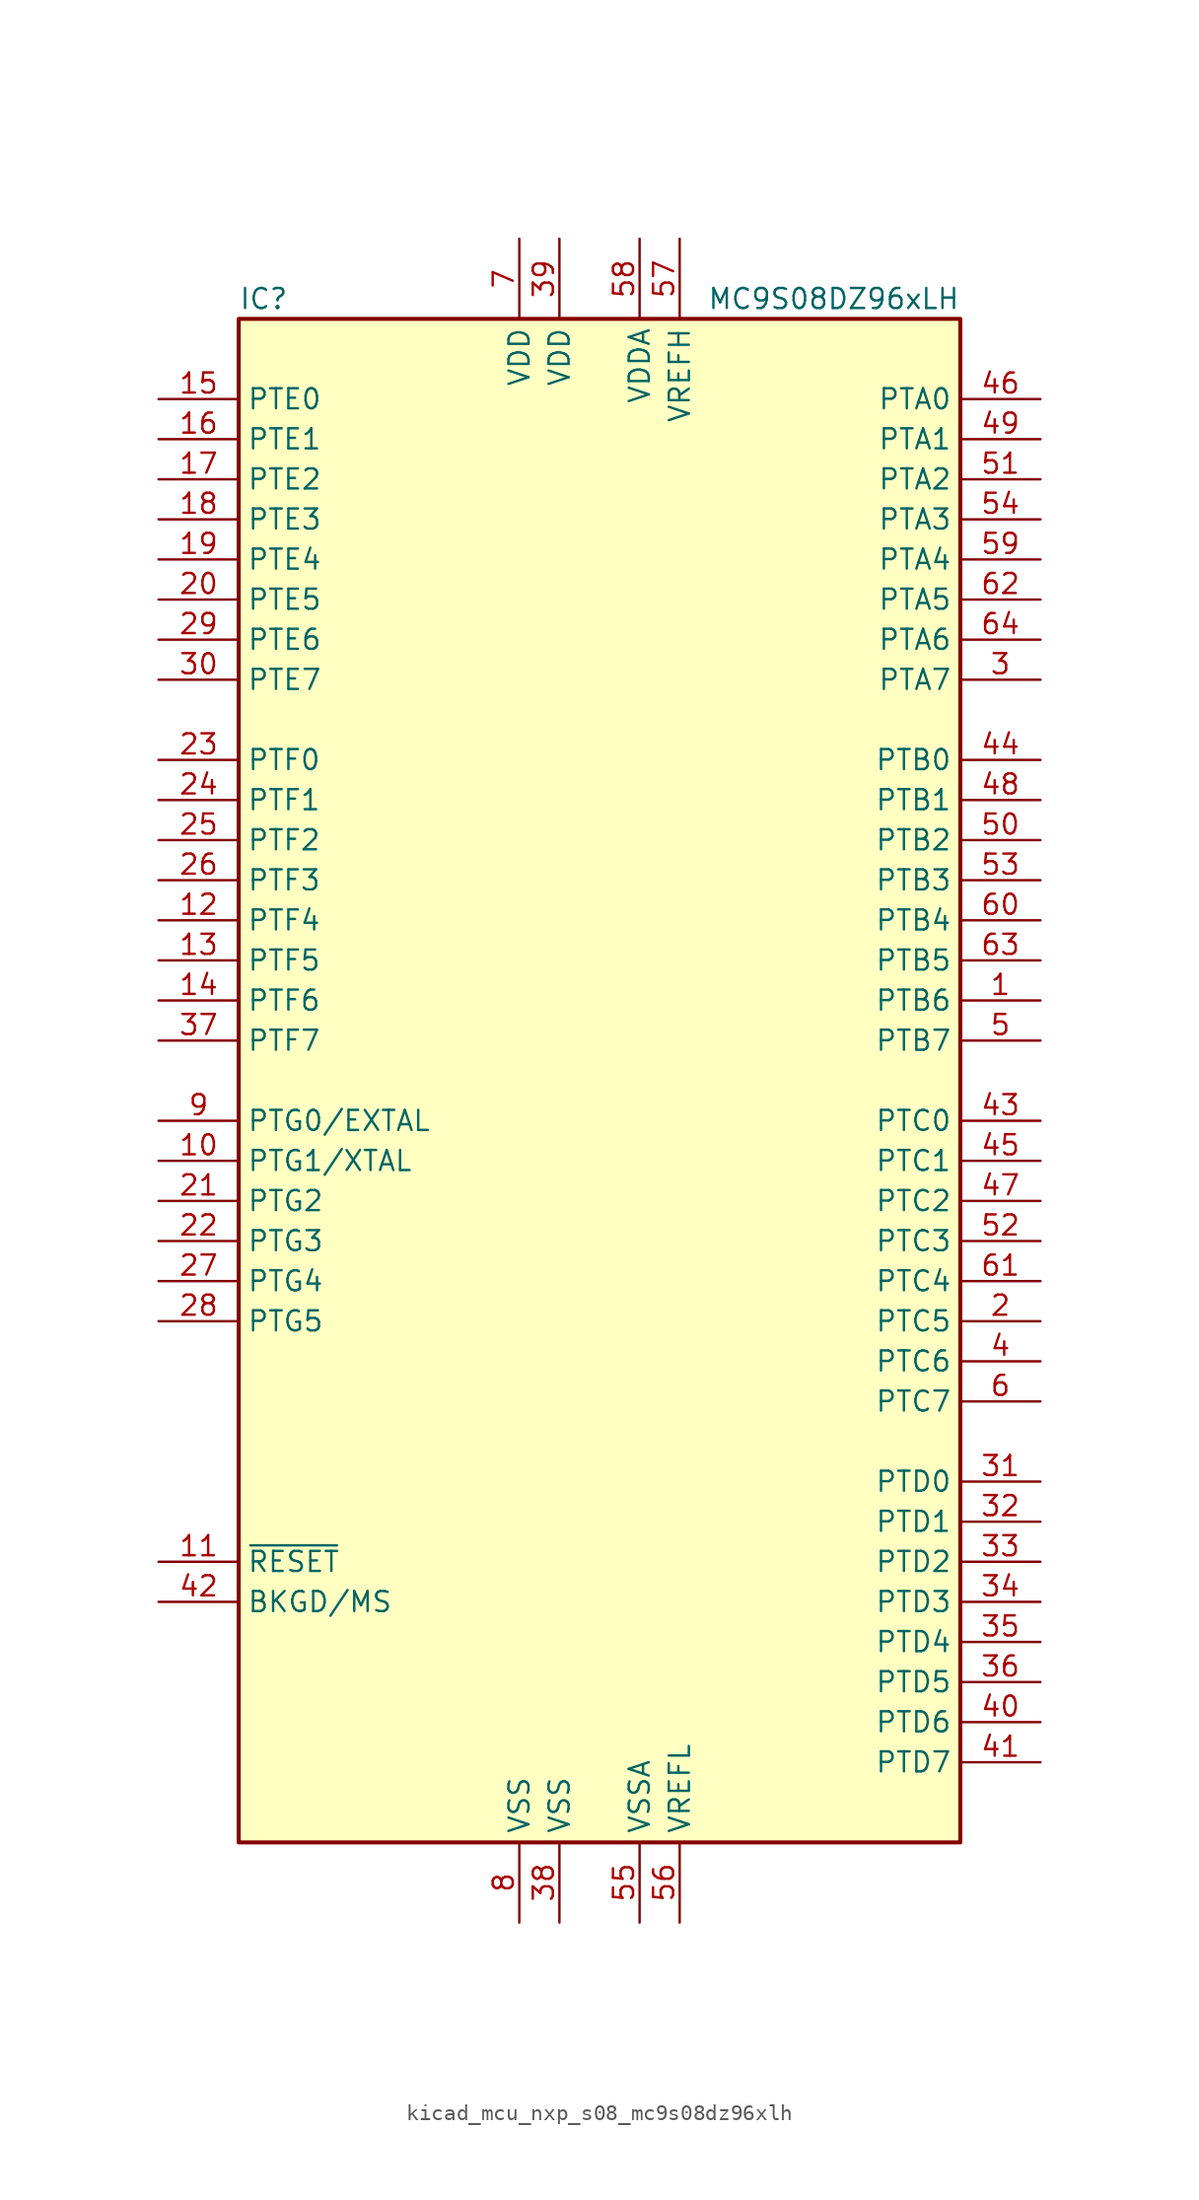
<source format=kicad_sym>
(kicad_symbol_lib
  (version 20220914)
  (generator kicad_symbol_editor)
  (symbol "kicad_mcu_nxp_s08_mc9s08dz96xlh"
    (property "Reference" "IC"
      (at -22.86 49.53 0)
      (effects (font (size 1.27 1.27)) (justify left)))
    (property "Value" "MC9S08DZ96xLH"
      (at 22.86 49.53 0)
      (effects (font (size 1.27 1.27)) (justify right)))
    (symbol "kicad_mcu_nxp_s08_mc9s08dz96xlh_0_1"
      (rectangle (start -22.86 48.26) (end 22.86 -48.26) (stroke (width 0.254) (type default)) (fill (type background))))
    (symbol "kicad_mcu_nxp_s08_mc9s08dz96xlh_1_1"
      (pin bidirectional line (at 27.94 5.08 180) (length 5.08) (name "PTB6" (effects (font (size 1.27 1.27)))) (number "1" (effects (font (size 1.27 1.27)))))
      (pin bidirectional line (at -27.94 -5.08 0) (length 5.08) (name "PTG1/XTAL" (effects (font (size 1.27 1.27)))) (number "10" (effects (font (size 1.27 1.27)))))
      (pin input line (at -27.94 -30.48 0) (length 5.08) (name "~{RESET}" (effects (font (size 1.27 1.27)))) (number "11" (effects (font (size 1.27 1.27)))))
      (pin bidirectional line (at -27.94 10.16 0) (length 5.08) (name "PTF4" (effects (font (size 1.27 1.27)))) (number "12" (effects (font (size 1.27 1.27)))))
      (pin bidirectional line (at -27.94 7.62 0) (length 5.08) (name "PTF5" (effects (font (size 1.27 1.27)))) (number "13" (effects (font (size 1.27 1.27)))))
      (pin bidirectional line (at -27.94 5.08 0) (length 5.08) (name "PTF6" (effects (font (size 1.27 1.27)))) (number "14" (effects (font (size 1.27 1.27)))))
      (pin bidirectional line (at -27.94 43.18 0) (length 5.08) (name "PTE0" (effects (font (size 1.27 1.27)))) (number "15" (effects (font (size 1.27 1.27)))))
      (pin bidirectional line (at -27.94 40.64 0) (length 5.08) (name "PTE1" (effects (font (size 1.27 1.27)))) (number "16" (effects (font (size 1.27 1.27)))))
      (pin bidirectional line (at -27.94 38.1 0) (length 5.08) (name "PTE2" (effects (font (size 1.27 1.27)))) (number "17" (effects (font (size 1.27 1.27)))))
      (pin bidirectional line (at -27.94 35.56 0) (length 5.08) (name "PTE3" (effects (font (size 1.27 1.27)))) (number "18" (effects (font (size 1.27 1.27)))))
      (pin bidirectional line (at -27.94 33.02 0) (length 5.08) (name "PTE4" (effects (font (size 1.27 1.27)))) (number "19" (effects (font (size 1.27 1.27)))))
      (pin bidirectional line (at 27.94 -15.24 180) (length 5.08) (name "PTC5" (effects (font (size 1.27 1.27)))) (number "2" (effects (font (size 1.27 1.27)))))
      (pin bidirectional line (at -27.94 30.48 0) (length 5.08) (name "PTE5" (effects (font (size 1.27 1.27)))) (number "20" (effects (font (size 1.27 1.27)))))
      (pin bidirectional line (at -27.94 -7.62 0) (length 5.08) (name "PTG2" (effects (font (size 1.27 1.27)))) (number "21" (effects (font (size 1.27 1.27)))))
      (pin bidirectional line (at -27.94 -10.16 0) (length 5.08) (name "PTG3" (effects (font (size 1.27 1.27)))) (number "22" (effects (font (size 1.27 1.27)))))
      (pin bidirectional line (at -27.94 20.32 0) (length 5.08) (name "PTF0" (effects (font (size 1.27 1.27)))) (number "23" (effects (font (size 1.27 1.27)))))
      (pin bidirectional line (at -27.94 17.78 0) (length 5.08) (name "PTF1" (effects (font (size 1.27 1.27)))) (number "24" (effects (font (size 1.27 1.27)))))
      (pin bidirectional line (at -27.94 15.24 0) (length 5.08) (name "PTF2" (effects (font (size 1.27 1.27)))) (number "25" (effects (font (size 1.27 1.27)))))
      (pin bidirectional line (at -27.94 12.7 0) (length 5.08) (name "PTF3" (effects (font (size 1.27 1.27)))) (number "26" (effects (font (size 1.27 1.27)))))
      (pin bidirectional line (at -27.94 -12.7 0) (length 5.08) (name "PTG4" (effects (font (size 1.27 1.27)))) (number "27" (effects (font (size 1.27 1.27)))))
      (pin bidirectional line (at -27.94 -15.24 0) (length 5.08) (name "PTG5" (effects (font (size 1.27 1.27)))) (number "28" (effects (font (size 1.27 1.27)))))
      (pin bidirectional line (at -27.94 27.94 0) (length 5.08) (name "PTE6" (effects (font (size 1.27 1.27)))) (number "29" (effects (font (size 1.27 1.27)))))
      (pin bidirectional line (at 27.94 25.4 180) (length 5.08) (name "PTA7" (effects (font (size 1.27 1.27)))) (number "3" (effects (font (size 1.27 1.27)))))
      (pin bidirectional line (at -27.94 25.4 0) (length 5.08) (name "PTE7" (effects (font (size 1.27 1.27)))) (number "30" (effects (font (size 1.27 1.27)))))
      (pin bidirectional line (at 27.94 -25.4 180) (length 5.08) (name "PTD0" (effects (font (size 1.27 1.27)))) (number "31" (effects (font (size 1.27 1.27)))))
      (pin bidirectional line (at 27.94 -27.94 180) (length 5.08) (name "PTD1" (effects (font (size 1.27 1.27)))) (number "32" (effects (font (size 1.27 1.27)))))
      (pin bidirectional line (at 27.94 -30.48 180) (length 5.08) (name "PTD2" (effects (font (size 1.27 1.27)))) (number "33" (effects (font (size 1.27 1.27)))))
      (pin bidirectional line (at 27.94 -33.02 180) (length 5.08) (name "PTD3" (effects (font (size 1.27 1.27)))) (number "34" (effects (font (size 1.27 1.27)))))
      (pin bidirectional line (at 27.94 -35.56 180) (length 5.08) (name "PTD4" (effects (font (size 1.27 1.27)))) (number "35" (effects (font (size 1.27 1.27)))))
      (pin bidirectional line (at 27.94 -38.1 180) (length 5.08) (name "PTD5" (effects (font (size 1.27 1.27)))) (number "36" (effects (font (size 1.27 1.27)))))
      (pin bidirectional line (at -27.94 2.54 0) (length 5.08) (name "PTF7" (effects (font (size 1.27 1.27)))) (number "37" (effects (font (size 1.27 1.27)))))
      (pin power_in line (at -2.54 -53.34 90) (length 5.08) (name "VSS" (effects (font (size 1.27 1.27)))) (number "38" (effects (font (size 1.27 1.27)))))
      (pin power_in line (at -2.54 53.34 270) (length 5.08) (name "VDD" (effects (font (size 1.27 1.27)))) (number "39" (effects (font (size 1.27 1.27)))))
      (pin bidirectional line (at 27.94 -17.78 180) (length 5.08) (name "PTC6" (effects (font (size 1.27 1.27)))) (number "4" (effects (font (size 1.27 1.27)))))
      (pin bidirectional line (at 27.94 -40.64 180) (length 5.08) (name "PTD6" (effects (font (size 1.27 1.27)))) (number "40" (effects (font (size 1.27 1.27)))))
      (pin bidirectional line (at 27.94 -43.18 180) (length 5.08) (name "PTD7" (effects (font (size 1.27 1.27)))) (number "41" (effects (font (size 1.27 1.27)))))
      (pin bidirectional line (at -27.94 -33.02 0) (length 5.08) (name "BKGD/MS" (effects (font (size 1.27 1.27)))) (number "42" (effects (font (size 1.27 1.27)))))
      (pin bidirectional line (at 27.94 -2.54 180) (length 5.08) (name "PTC0" (effects (font (size 1.27 1.27)))) (number "43" (effects (font (size 1.27 1.27)))))
      (pin bidirectional line (at 27.94 20.32 180) (length 5.08) (name "PTB0" (effects (font (size 1.27 1.27)))) (number "44" (effects (font (size 1.27 1.27)))))
      (pin bidirectional line (at 27.94 -5.08 180) (length 5.08) (name "PTC1" (effects (font (size 1.27 1.27)))) (number "45" (effects (font (size 1.27 1.27)))))
      (pin bidirectional line (at 27.94 43.18 180) (length 5.08) (name "PTA0" (effects (font (size 1.27 1.27)))) (number "46" (effects (font (size 1.27 1.27)))))
      (pin bidirectional line (at 27.94 -7.62 180) (length 5.08) (name "PTC2" (effects (font (size 1.27 1.27)))) (number "47" (effects (font (size 1.27 1.27)))))
      (pin bidirectional line (at 27.94 17.78 180) (length 5.08) (name "PTB1" (effects (font (size 1.27 1.27)))) (number "48" (effects (font (size 1.27 1.27)))))
      (pin bidirectional line (at 27.94 40.64 180) (length 5.08) (name "PTA1" (effects (font (size 1.27 1.27)))) (number "49" (effects (font (size 1.27 1.27)))))
      (pin bidirectional line (at 27.94 2.54 180) (length 5.08) (name "PTB7" (effects (font (size 1.27 1.27)))) (number "5" (effects (font (size 1.27 1.27)))))
      (pin bidirectional line (at 27.94 15.24 180) (length 5.08) (name "PTB2" (effects (font (size 1.27 1.27)))) (number "50" (effects (font (size 1.27 1.27)))))
      (pin bidirectional line (at 27.94 38.1 180) (length 5.08) (name "PTA2" (effects (font (size 1.27 1.27)))) (number "51" (effects (font (size 1.27 1.27)))))
      (pin bidirectional line (at 27.94 -10.16 180) (length 5.08) (name "PTC3" (effects (font (size 1.27 1.27)))) (number "52" (effects (font (size 1.27 1.27)))))
      (pin bidirectional line (at 27.94 12.7 180) (length 5.08) (name "PTB3" (effects (font (size 1.27 1.27)))) (number "53" (effects (font (size 1.27 1.27)))))
      (pin bidirectional line (at 27.94 35.56 180) (length 5.08) (name "PTA3" (effects (font (size 1.27 1.27)))) (number "54" (effects (font (size 1.27 1.27)))))
      (pin power_in line (at 2.54 -53.34 90) (length 5.08) (name "VSSA" (effects (font (size 1.27 1.27)))) (number "55" (effects (font (size 1.27 1.27)))))
      (pin power_in line (at 5.08 -53.34 90) (length 5.08) (name "VREFL" (effects (font (size 1.27 1.27)))) (number "56" (effects (font (size 1.27 1.27)))))
      (pin power_in line (at 5.08 53.34 270) (length 5.08) (name "VREFH" (effects (font (size 1.27 1.27)))) (number "57" (effects (font (size 1.27 1.27)))))
      (pin power_in line (at 2.54 53.34 270) (length 5.08) (name "VDDA" (effects (font (size 1.27 1.27)))) (number "58" (effects (font (size 1.27 1.27)))))
      (pin bidirectional line (at 27.94 33.02 180) (length 5.08) (name "PTA4" (effects (font (size 1.27 1.27)))) (number "59" (effects (font (size 1.27 1.27)))))
      (pin bidirectional line (at 27.94 -20.32 180) (length 5.08) (name "PTC7" (effects (font (size 1.27 1.27)))) (number "6" (effects (font (size 1.27 1.27)))))
      (pin bidirectional line (at 27.94 10.16 180) (length 5.08) (name "PTB4" (effects (font (size 1.27 1.27)))) (number "60" (effects (font (size 1.27 1.27)))))
      (pin bidirectional line (at 27.94 -12.7 180) (length 5.08) (name "PTC4" (effects (font (size 1.27 1.27)))) (number "61" (effects (font (size 1.27 1.27)))))
      (pin bidirectional line (at 27.94 30.48 180) (length 5.08) (name "PTA5" (effects (font (size 1.27 1.27)))) (number "62" (effects (font (size 1.27 1.27)))))
      (pin bidirectional line (at 27.94 7.62 180) (length 5.08) (name "PTB5" (effects (font (size 1.27 1.27)))) (number "63" (effects (font (size 1.27 1.27)))))
      (pin bidirectional line (at 27.94 27.94 180) (length 5.08) (name "PTA6" (effects (font (size 1.27 1.27)))) (number "64" (effects (font (size 1.27 1.27)))))
      (pin power_in line (at -5.08 53.34 270) (length 5.08) (name "VDD" (effects (font (size 1.27 1.27)))) (number "7" (effects (font (size 1.27 1.27)))))
      (pin power_in line (at -5.08 -53.34 90) (length 5.08) (name "VSS" (effects (font (size 1.27 1.27)))) (number "8" (effects (font (size 1.27 1.27)))))
      (pin bidirectional line (at -27.94 -2.54 0) (length 5.08) (name "PTG0/EXTAL" (effects (font (size 1.27 1.27)))) (number "9" (effects (font (size 1.27 1.27))))))))
</source>
